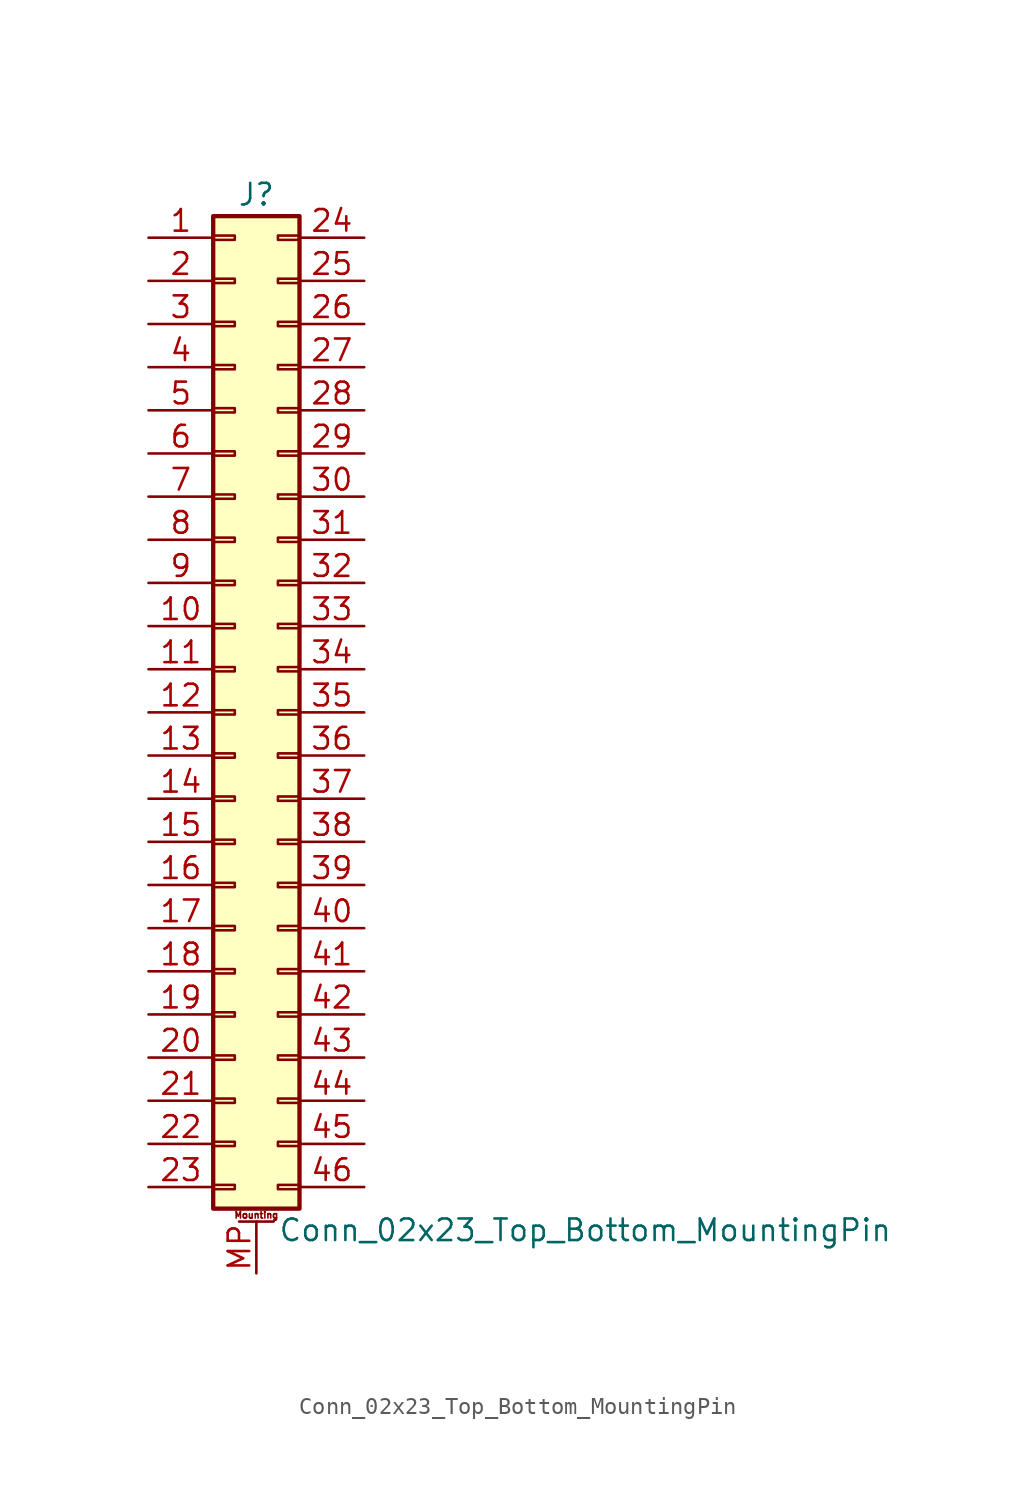
<source format=kicad_sym>
(kicad_symbol_lib
  (version 20220914)
  (generator kicad_symbol_editor)
  (symbol "Conn_02x23_Top_Bottom_MountingPin"
    (pin_names
      (offset 1.016) hide)
    (property "Reference" "J"
      (at 1.27 30.48 0)
      (effects (font (size 1.27 1.27))))
    (property "Value" "Conn_02x23_Top_Bottom_MountingPin"
      (at 2.54 -30.48 0)
      (effects (font (size 1.27 1.27)) (justify left)))
    (symbol "Conn_02x23_Top_Bottom_MountingPin_1_1"
      (rectangle (start -1.27 -27.813) (end 0 -28.067) (stroke (width 0.152) (type default)) (fill (type none)))
      (rectangle (start -1.27 -25.273) (end 0 -25.527) (stroke (width 0.152) (type default)) (fill (type none)))
      (rectangle (start -1.27 -22.733) (end 0 -22.987) (stroke (width 0.152) (type default)) (fill (type none)))
      (rectangle (start -1.27 -20.193) (end 0 -20.447) (stroke (width 0.152) (type default)) (fill (type none)))
      (rectangle (start -1.27 -17.653) (end 0 -17.907) (stroke (width 0.152) (type default)) (fill (type none)))
      (rectangle (start -1.27 -15.113) (end 0 -15.367) (stroke (width 0.152) (type default)) (fill (type none)))
      (rectangle (start -1.27 -12.573) (end 0 -12.827) (stroke (width 0.152) (type default)) (fill (type none)))
      (rectangle (start -1.27 -10.033) (end 0 -10.287) (stroke (width 0.152) (type default)) (fill (type none)))
      (rectangle (start -1.27 -7.493) (end 0 -7.747) (stroke (width 0.152) (type default)) (fill (type none)))
      (rectangle (start -1.27 -4.953) (end 0 -5.207) (stroke (width 0.152) (type default)) (fill (type none)))
      (rectangle (start -1.27 -2.413) (end 0 -2.667) (stroke (width 0.152) (type default)) (fill (type none)))
      (rectangle (start -1.27 0.127) (end 0 -0.127) (stroke (width 0.152) (type default)) (fill (type none)))
      (rectangle (start -1.27 2.667) (end 0 2.413) (stroke (width 0.152) (type default)) (fill (type none)))
      (rectangle (start -1.27 5.207) (end 0 4.953) (stroke (width 0.152) (type default)) (fill (type none)))
      (rectangle (start -1.27 7.747) (end 0 7.493) (stroke (width 0.152) (type default)) (fill (type none)))
      (rectangle (start -1.27 10.287) (end 0 10.033) (stroke (width 0.152) (type default)) (fill (type none)))
      (rectangle (start -1.27 12.827) (end 0 12.573) (stroke (width 0.152) (type default)) (fill (type none)))
      (rectangle (start -1.27 15.367) (end 0 15.113) (stroke (width 0.152) (type default)) (fill (type none)))
      (rectangle (start -1.27 17.907) (end 0 17.653) (stroke (width 0.152) (type default)) (fill (type none)))
      (rectangle (start -1.27 20.447) (end 0 20.193) (stroke (width 0.152) (type default)) (fill (type none)))
      (rectangle (start -1.27 22.987) (end 0 22.733) (stroke (width 0.152) (type default)) (fill (type none)))
      (rectangle (start -1.27 25.527) (end 0 25.273) (stroke (width 0.152) (type default)) (fill (type none)))
      (rectangle (start -1.27 28.067) (end 0 27.813) (stroke (width 0.152) (type default)) (fill (type none)))
      (rectangle (start -1.27 29.21) (end 3.81 -29.21) (stroke (width 0.254) (type default)) (fill (type background)))
      (polyline (pts (xy 0.254 -29.972) (xy 2.286 -29.972)) (stroke (width 0.152) (type default)) (fill (type none)))
      (rectangle (start 3.81 -27.813) (end 2.54 -28.067) (stroke (width 0.152) (type default)) (fill (type none)))
      (rectangle (start 3.81 -25.273) (end 2.54 -25.527) (stroke (width 0.152) (type default)) (fill (type none)))
      (rectangle (start 3.81 -22.733) (end 2.54 -22.987) (stroke (width 0.152) (type default)) (fill (type none)))
      (rectangle (start 3.81 -20.193) (end 2.54 -20.447) (stroke (width 0.152) (type default)) (fill (type none)))
      (rectangle (start 3.81 -17.653) (end 2.54 -17.907) (stroke (width 0.152) (type default)) (fill (type none)))
      (rectangle (start 3.81 -15.113) (end 2.54 -15.367) (stroke (width 0.152) (type default)) (fill (type none)))
      (rectangle (start 3.81 -12.573) (end 2.54 -12.827) (stroke (width 0.152) (type default)) (fill (type none)))
      (rectangle (start 3.81 -10.033) (end 2.54 -10.287) (stroke (width 0.152) (type default)) (fill (type none)))
      (rectangle (start 3.81 -7.493) (end 2.54 -7.747) (stroke (width 0.152) (type default)) (fill (type none)))
      (rectangle (start 3.81 -4.953) (end 2.54 -5.207) (stroke (width 0.152) (type default)) (fill (type none)))
      (rectangle (start 3.81 -2.413) (end 2.54 -2.667) (stroke (width 0.152) (type default)) (fill (type none)))
      (rectangle (start 3.81 0.127) (end 2.54 -0.127) (stroke (width 0.152) (type default)) (fill (type none)))
      (rectangle (start 3.81 2.667) (end 2.54 2.413) (stroke (width 0.152) (type default)) (fill (type none)))
      (rectangle (start 3.81 5.207) (end 2.54 4.953) (stroke (width 0.152) (type default)) (fill (type none)))
      (rectangle (start 3.81 7.747) (end 2.54 7.493) (stroke (width 0.152) (type default)) (fill (type none)))
      (rectangle (start 3.81 10.287) (end 2.54 10.033) (stroke (width 0.152) (type default)) (fill (type none)))
      (rectangle (start 3.81 12.827) (end 2.54 12.573) (stroke (width 0.152) (type default)) (fill (type none)))
      (rectangle (start 3.81 15.367) (end 2.54 15.113) (stroke (width 0.152) (type default)) (fill (type none)))
      (rectangle (start 3.81 17.907) (end 2.54 17.653) (stroke (width 0.152) (type default)) (fill (type none)))
      (rectangle (start 3.81 20.447) (end 2.54 20.193) (stroke (width 0.152) (type default)) (fill (type none)))
      (rectangle (start 3.81 22.987) (end 2.54 22.733) (stroke (width 0.152) (type default)) (fill (type none)))
      (rectangle (start 3.81 25.527) (end 2.54 25.273) (stroke (width 0.152) (type default)) (fill (type none)))
      (rectangle (start 3.81 28.067) (end 2.54 27.813) (stroke (width 0.152) (type default)) (fill (type none)))
      (text "Mounting" (at 1.27 -29.591 0) (effects (font (size 0.381 0.381))))
      (pin passive line (at -5.08 27.94 0) (length 3.81) (name "Pin_1" (effects (font (size 1.27 1.27)))) (number "1" (effects (font (size 1.27 1.27)))))
      (pin passive line (at -5.08 5.08 0) (length 3.81) (name "Pin_10" (effects (font (size 1.27 1.27)))) (number "10" (effects (font (size 1.27 1.27)))))
      (pin passive line (at -5.08 2.54 0) (length 3.81) (name "Pin_11" (effects (font (size 1.27 1.27)))) (number "11" (effects (font (size 1.27 1.27)))))
      (pin passive line (at -5.08 0 0) (length 3.81) (name "Pin_12" (effects (font (size 1.27 1.27)))) (number "12" (effects (font (size 1.27 1.27)))))
      (pin passive line (at -5.08 -2.54 0) (length 3.81) (name "Pin_13" (effects (font (size 1.27 1.27)))) (number "13" (effects (font (size 1.27 1.27)))))
      (pin passive line (at -5.08 -5.08 0) (length 3.81) (name "Pin_14" (effects (font (size 1.27 1.27)))) (number "14" (effects (font (size 1.27 1.27)))))
      (pin passive line (at -5.08 -7.62 0) (length 3.81) (name "Pin_15" (effects (font (size 1.27 1.27)))) (number "15" (effects (font (size 1.27 1.27)))))
      (pin passive line (at -5.08 -10.16 0) (length 3.81) (name "Pin_16" (effects (font (size 1.27 1.27)))) (number "16" (effects (font (size 1.27 1.27)))))
      (pin passive line (at -5.08 -12.7 0) (length 3.81) (name "Pin_17" (effects (font (size 1.27 1.27)))) (number "17" (effects (font (size 1.27 1.27)))))
      (pin passive line (at -5.08 -15.24 0) (length 3.81) (name "Pin_18" (effects (font (size 1.27 1.27)))) (number "18" (effects (font (size 1.27 1.27)))))
      (pin passive line (at -5.08 -17.78 0) (length 3.81) (name "Pin_19" (effects (font (size 1.27 1.27)))) (number "19" (effects (font (size 1.27 1.27)))))
      (pin passive line (at -5.08 25.4 0) (length 3.81) (name "Pin_2" (effects (font (size 1.27 1.27)))) (number "2" (effects (font (size 1.27 1.27)))))
      (pin passive line (at -5.08 -20.32 0) (length 3.81) (name "Pin_20" (effects (font (size 1.27 1.27)))) (number "20" (effects (font (size 1.27 1.27)))))
      (pin passive line (at -5.08 -22.86 0) (length 3.81) (name "Pin_21" (effects (font (size 1.27 1.27)))) (number "21" (effects (font (size 1.27 1.27)))))
      (pin passive line (at -5.08 -25.4 0) (length 3.81) (name "Pin_22" (effects (font (size 1.27 1.27)))) (number "22" (effects (font (size 1.27 1.27)))))
      (pin passive line (at -5.08 -27.94 0) (length 3.81) (name "Pin_23" (effects (font (size 1.27 1.27)))) (number "23" (effects (font (size 1.27 1.27)))))
      (pin passive line (at 7.62 27.94 180) (length 3.81) (name "Pin_24" (effects (font (size 1.27 1.27)))) (number "24" (effects (font (size 1.27 1.27)))))
      (pin passive line (at 7.62 25.4 180) (length 3.81) (name "Pin_25" (effects (font (size 1.27 1.27)))) (number "25" (effects (font (size 1.27 1.27)))))
      (pin passive line (at 7.62 22.86 180) (length 3.81) (name "Pin_26" (effects (font (size 1.27 1.27)))) (number "26" (effects (font (size 1.27 1.27)))))
      (pin passive line (at 7.62 20.32 180) (length 3.81) (name "Pin_27" (effects (font (size 1.27 1.27)))) (number "27" (effects (font (size 1.27 1.27)))))
      (pin passive line (at 7.62 17.78 180) (length 3.81) (name "Pin_28" (effects (font (size 1.27 1.27)))) (number "28" (effects (font (size 1.27 1.27)))))
      (pin passive line (at 7.62 15.24 180) (length 3.81) (name "Pin_29" (effects (font (size 1.27 1.27)))) (number "29" (effects (font (size 1.27 1.27)))))
      (pin passive line (at -5.08 22.86 0) (length 3.81) (name "Pin_3" (effects (font (size 1.27 1.27)))) (number "3" (effects (font (size 1.27 1.27)))))
      (pin passive line (at 7.62 12.7 180) (length 3.81) (name "Pin_30" (effects (font (size 1.27 1.27)))) (number "30" (effects (font (size 1.27 1.27)))))
      (pin passive line (at 7.62 10.16 180) (length 3.81) (name "Pin_31" (effects (font (size 1.27 1.27)))) (number "31" (effects (font (size 1.27 1.27)))))
      (pin passive line (at 7.62 7.62 180) (length 3.81) (name "Pin_32" (effects (font (size 1.27 1.27)))) (number "32" (effects (font (size 1.27 1.27)))))
      (pin passive line (at 7.62 5.08 180) (length 3.81) (name "Pin_33" (effects (font (size 1.27 1.27)))) (number "33" (effects (font (size 1.27 1.27)))))
      (pin passive line (at 7.62 2.54 180) (length 3.81) (name "Pin_34" (effects (font (size 1.27 1.27)))) (number "34" (effects (font (size 1.27 1.27)))))
      (pin passive line (at 7.62 0 180) (length 3.81) (name "Pin_35" (effects (font (size 1.27 1.27)))) (number "35" (effects (font (size 1.27 1.27)))))
      (pin passive line (at 7.62 -2.54 180) (length 3.81) (name "Pin_36" (effects (font (size 1.27 1.27)))) (number "36" (effects (font (size 1.27 1.27)))))
      (pin passive line (at 7.62 -5.08 180) (length 3.81) (name "Pin_37" (effects (font (size 1.27 1.27)))) (number "37" (effects (font (size 1.27 1.27)))))
      (pin passive line (at 7.62 -7.62 180) (length 3.81) (name "Pin_38" (effects (font (size 1.27 1.27)))) (number "38" (effects (font (size 1.27 1.27)))))
      (pin passive line (at 7.62 -10.16 180) (length 3.81) (name "Pin_39" (effects (font (size 1.27 1.27)))) (number "39" (effects (font (size 1.27 1.27)))))
      (pin passive line (at -5.08 20.32 0) (length 3.81) (name "Pin_4" (effects (font (size 1.27 1.27)))) (number "4" (effects (font (size 1.27 1.27)))))
      (pin passive line (at 7.62 -12.7 180) (length 3.81) (name "Pin_40" (effects (font (size 1.27 1.27)))) (number "40" (effects (font (size 1.27 1.27)))))
      (pin passive line (at 7.62 -15.24 180) (length 3.81) (name "Pin_41" (effects (font (size 1.27 1.27)))) (number "41" (effects (font (size 1.27 1.27)))))
      (pin passive line (at 7.62 -17.78 180) (length 3.81) (name "Pin_42" (effects (font (size 1.27 1.27)))) (number "42" (effects (font (size 1.27 1.27)))))
      (pin passive line (at 7.62 -20.32 180) (length 3.81) (name "Pin_43" (effects (font (size 1.27 1.27)))) (number "43" (effects (font (size 1.27 1.27)))))
      (pin passive line (at 7.62 -22.86 180) (length 3.81) (name "Pin_44" (effects (font (size 1.27 1.27)))) (number "44" (effects (font (size 1.27 1.27)))))
      (pin passive line (at 7.62 -25.4 180) (length 3.81) (name "Pin_45" (effects (font (size 1.27 1.27)))) (number "45" (effects (font (size 1.27 1.27)))))
      (pin passive line (at 7.62 -27.94 180) (length 3.81) (name "Pin_46" (effects (font (size 1.27 1.27)))) (number "46" (effects (font (size 1.27 1.27)))))
      (pin passive line (at -5.08 17.78 0) (length 3.81) (name "Pin_5" (effects (font (size 1.27 1.27)))) (number "5" (effects (font (size 1.27 1.27)))))
      (pin passive line (at -5.08 15.24 0) (length 3.81) (name "Pin_6" (effects (font (size 1.27 1.27)))) (number "6" (effects (font (size 1.27 1.27)))))
      (pin passive line (at -5.08 12.7 0) (length 3.81) (name "Pin_7" (effects (font (size 1.27 1.27)))) (number "7" (effects (font (size 1.27 1.27)))))
      (pin passive line (at -5.08 10.16 0) (length 3.81) (name "Pin_8" (effects (font (size 1.27 1.27)))) (number "8" (effects (font (size 1.27 1.27)))))
      (pin passive line (at -5.08 7.62 0) (length 3.81) (name "Pin_9" (effects (font (size 1.27 1.27)))) (number "9" (effects (font (size 1.27 1.27)))))
      (pin passive line (at 1.27 -33.02 90) (length 3.048) (name "MountPin" (effects (font (size 1.27 1.27)))) (number "MP" (effects (font (size 1.27 1.27))))))))
</source>
